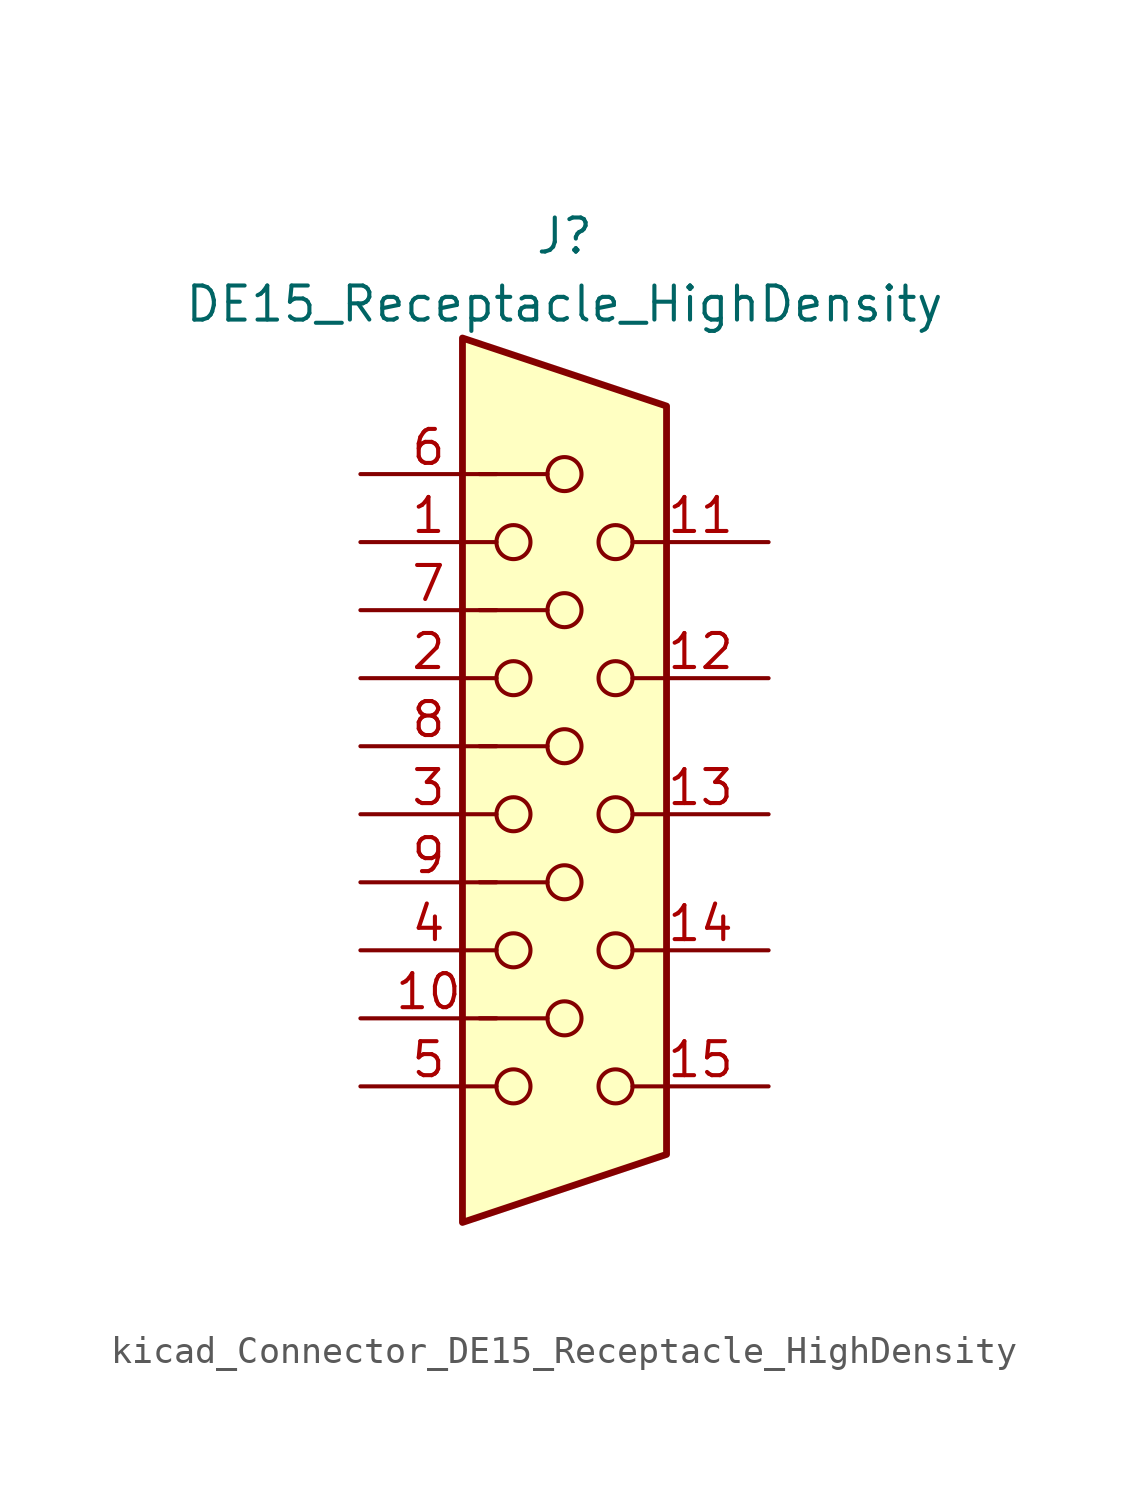
<source format=kicad_sym>
(kicad_symbol_lib
  (version 20220914)
  (generator kicad_symbol_editor)
  (symbol "kicad_Connector_DE15_Receptacle_HighDensity"
    (pin_names
      (offset 1.016) hide)
    (property "Reference" "J"
      (at 0 21.59 0)
      (effects (font (size 1.27 1.27))))
    (property "Value" "DE15_Receptacle_HighDensity"
      (at 0 19.05 0)
      (effects (font (size 1.27 1.27))))
    (symbol "kicad_Connector_DE15_Receptacle_HighDensity_0_1"
      (circle (center -1.905 -10.16) (radius 0.635) (stroke (width 0) (type default)) (fill (type none)))
      (circle (center -1.905 -5.08) (radius 0.635) (stroke (width 0) (type default)) (fill (type none)))
      (circle (center -1.905 0) (radius 0.635) (stroke (width 0) (type default)) (fill (type none)))
      (circle (center -1.905 5.08) (radius 0.635) (stroke (width 0) (type default)) (fill (type none)))
      (circle (center -1.905 10.16) (radius 0.635) (stroke (width 0) (type default)) (fill (type none)))
      (circle (center 0 -7.62) (radius 0.635) (stroke (width 0) (type default)) (fill (type none)))
      (circle (center 0 -2.54) (radius 0.635) (stroke (width 0) (type default)) (fill (type none)))
      (polyline (pts (xy -3.175 7.62) (xy -0.635 7.62)) (stroke (width 0) (type default)) (fill (type none)))
      (polyline (pts (xy -0.635 -7.62) (xy -3.175 -7.62)) (stroke (width 0) (type default)) (fill (type none)))
      (polyline (pts (xy -0.635 -2.54) (xy -3.175 -2.54)) (stroke (width 0) (type default)) (fill (type none)))
      (polyline (pts (xy -0.635 2.54) (xy -3.175 2.54)) (stroke (width 0) (type default)) (fill (type none)))
      (polyline (pts (xy -0.635 12.7) (xy -3.175 12.7)) (stroke (width 0) (type default)) (fill (type none)))
      (polyline (pts (xy -3.81 17.78) (xy -3.81 -15.24) (xy 3.81 -12.7) (xy 3.81 15.24) (xy -3.81 17.78)) (stroke (width 0.254) (type default)) (fill (type background)))
      (circle (center 0 2.54) (radius 0.635) (stroke (width 0) (type default)) (fill (type none)))
      (circle (center 0 7.62) (radius 0.635) (stroke (width 0) (type default)) (fill (type none)))
      (circle (center 0 12.7) (radius 0.635) (stroke (width 0) (type default)) (fill (type none)))
      (circle (center 1.905 -10.16) (radius 0.635) (stroke (width 0) (type default)) (fill (type none)))
      (circle (center 1.905 -5.08) (radius 0.635) (stroke (width 0) (type default)) (fill (type none)))
      (circle (center 1.905 0) (radius 0.635) (stroke (width 0) (type default)) (fill (type none)))
      (circle (center 1.905 5.08) (radius 0.635) (stroke (width 0) (type default)) (fill (type none)))
      (circle (center 1.905 10.16) (radius 0.635) (stroke (width 0) (type default)) (fill (type none))))
    (symbol "kicad_Connector_DE15_Receptacle_HighDensity_1_1"
      (pin passive line (at -7.62 10.16 0) (length 5.08) (name "~" (effects (font (size 1.27 1.27)))) (number "1" (effects (font (size 1.27 1.27)))))
      (pin passive line (at -7.62 -7.62 0) (length 5.08) (name "~" (effects (font (size 1.27 1.27)))) (number "10" (effects (font (size 1.27 1.27)))))
      (pin passive line (at 7.62 10.16 180) (length 5.08) (name "~" (effects (font (size 1.27 1.27)))) (number "11" (effects (font (size 1.27 1.27)))))
      (pin passive line (at 7.62 5.08 180) (length 5.08) (name "~" (effects (font (size 1.27 1.27)))) (number "12" (effects (font (size 1.27 1.27)))))
      (pin passive line (at 7.62 0 180) (length 5.08) (name "~" (effects (font (size 1.27 1.27)))) (number "13" (effects (font (size 1.27 1.27)))))
      (pin passive line (at 7.62 -5.08 180) (length 5.08) (name "~" (effects (font (size 1.27 1.27)))) (number "14" (effects (font (size 1.27 1.27)))))
      (pin passive line (at 7.62 -10.16 180) (length 5.08) (name "~" (effects (font (size 1.27 1.27)))) (number "15" (effects (font (size 1.27 1.27)))))
      (pin passive line (at -7.62 5.08 0) (length 5.08) (name "~" (effects (font (size 1.27 1.27)))) (number "2" (effects (font (size 1.27 1.27)))))
      (pin passive line (at -7.62 0 0) (length 5.08) (name "~" (effects (font (size 1.27 1.27)))) (number "3" (effects (font (size 1.27 1.27)))))
      (pin passive line (at -7.62 -5.08 0) (length 5.08) (name "~" (effects (font (size 1.27 1.27)))) (number "4" (effects (font (size 1.27 1.27)))))
      (pin passive line (at -7.62 -10.16 0) (length 5.08) (name "~" (effects (font (size 1.27 1.27)))) (number "5" (effects (font (size 1.27 1.27)))))
      (pin passive line (at -7.62 12.7 0) (length 5.08) (name "~" (effects (font (size 1.27 1.27)))) (number "6" (effects (font (size 1.27 1.27)))))
      (pin passive line (at -7.62 7.62 0) (length 5.08) (name "~" (effects (font (size 1.27 1.27)))) (number "7" (effects (font (size 1.27 1.27)))))
      (pin passive line (at -7.62 2.54 0) (length 5.08) (name "~" (effects (font (size 1.27 1.27)))) (number "8" (effects (font (size 1.27 1.27)))))
      (pin passive line (at -7.62 -2.54 0) (length 5.08) (name "~" (effects (font (size 1.27 1.27)))) (number "9" (effects (font (size 1.27 1.27))))))))
</source>
